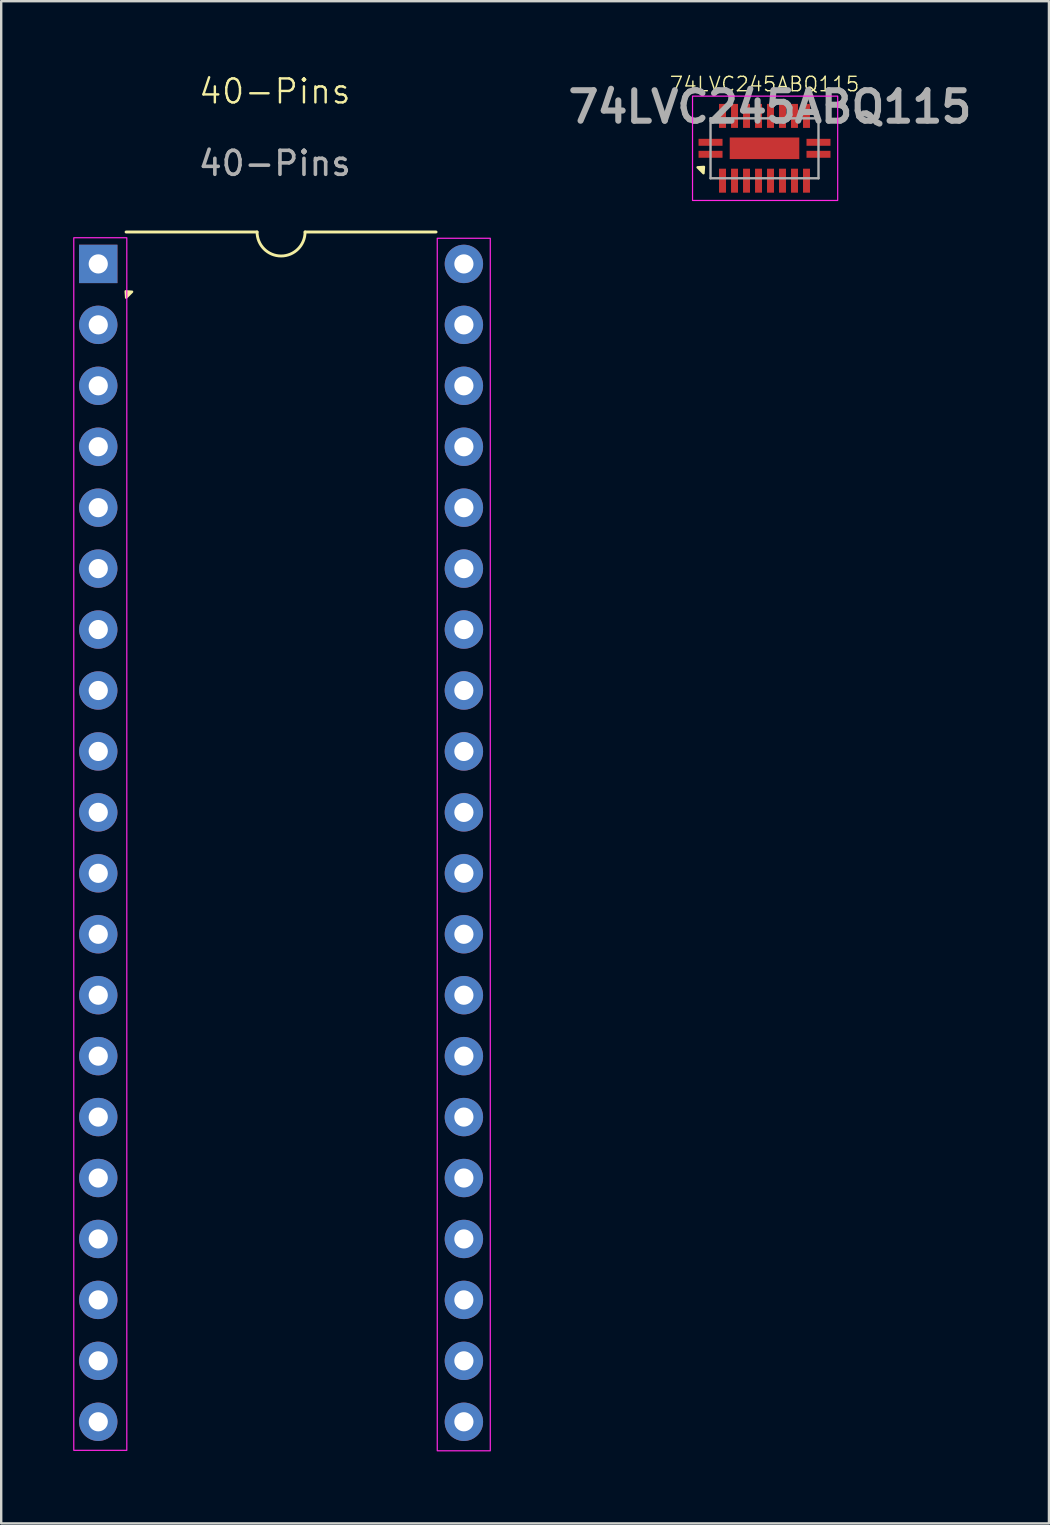
<source format=kicad_pcb>
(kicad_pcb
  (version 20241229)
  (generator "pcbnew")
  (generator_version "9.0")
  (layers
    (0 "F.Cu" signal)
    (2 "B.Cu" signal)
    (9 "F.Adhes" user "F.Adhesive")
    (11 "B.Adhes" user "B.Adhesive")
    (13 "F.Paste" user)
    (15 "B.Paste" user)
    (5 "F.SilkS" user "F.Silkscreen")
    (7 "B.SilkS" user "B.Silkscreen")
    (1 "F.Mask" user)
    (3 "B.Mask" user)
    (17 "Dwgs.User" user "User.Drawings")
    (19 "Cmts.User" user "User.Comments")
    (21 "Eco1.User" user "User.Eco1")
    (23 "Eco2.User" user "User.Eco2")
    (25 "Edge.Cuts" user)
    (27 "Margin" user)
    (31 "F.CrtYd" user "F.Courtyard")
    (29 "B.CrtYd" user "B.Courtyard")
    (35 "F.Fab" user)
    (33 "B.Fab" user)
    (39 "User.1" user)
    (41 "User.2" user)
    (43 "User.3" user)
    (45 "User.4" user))
  (footprint "74LVC245ABQ115"
    (layer "F.Cu")
    (at 28.815 3.131)
    (property "Reference" "74LVC245ABQ115" (at 0 -2.675 0) (layer "F.SilkS") (effects (font (size 0.6 0.6) (thickness 0.06))))
    (attr smd)
    (fp_poly (pts (xy -2.525 0.775) (xy -2.79 0.793) (xy -2.543 1.04)) (stroke (width 0.1) (type solid)) (fill yes) (layer "F.SilkS"))
    (fp_rect (start -3 -2.175) (end 3.05 2.175) (stroke (width 0.05) (type default)) (fill no) (layer "F.CrtYd"))
    (fp_line (start -2.25 -1.25) (end -2.25 1.25) (stroke (width 0.1) (type solid)) (layer "F.Fab"))
    (fp_line (start -2.25 1.25) (end 2.25 1.25) (stroke (width 0.1) (type solid)) (layer "F.Fab"))
    (fp_line (start 2.25 -1.25) (end -2.25 -1.25) (stroke (width 0.1) (type solid)) (layer "F.Fab"))
    (fp_line (start 2.25 1.25) (end 2.25 -1.25) (stroke (width 0.1) (type solid)) (layer "F.Fab"))
    (fp_text user "${REFERENCE}" (at 0.225 -1.725 0) (layer "F.Fab") (effects (font (size 1.27 1.27) (thickness 0.254))))
    (pad "1" smd rect (at -2.25 0.25 90) (size 0.29 1) (layers "F.Cu" "F.Mask" "F.Paste"))
    (pad "2" smd rect (at -1.75 1.35) (size 0.29 1) (layers "F.Cu" "F.Mask" "F.Paste"))
    (pad "3" smd rect (at -1.25 1.35) (size 0.29 1) (layers "F.Cu" "F.Mask" "F.Paste"))
    (pad "4" smd rect (at -0.75 1.35) (size 0.29 1) (layers "F.Cu" "F.Mask" "F.Paste"))
    (pad "5" smd rect (at -0.25 1.35) (size 0.29 1) (layers "F.Cu" "F.Mask" "F.Paste"))
    (pad "6" smd rect (at 0.25 1.35) (size 0.29 1) (layers "F.Cu" "F.Mask" "F.Paste"))
    (pad "7" smd rect (at 0.75 1.35) (size 0.29 1) (layers "F.Cu" "F.Mask" "F.Paste"))
    (pad "8" smd rect (at 1.25 1.35) (size 0.29 1) (layers "F.Cu" "F.Mask" "F.Paste"))
    (pad "9" smd rect (at 1.75 1.35) (size 0.29 1) (layers "F.Cu" "F.Mask" "F.Paste"))
    (pad "10" smd rect (at 2.25 0.25 90) (size 0.29 1) (layers "F.Cu" "F.Mask" "F.Paste"))
    (pad "11" smd rect (at 2.25 -0.25 90) (size 0.29 1) (layers "F.Cu" "F.Mask" "F.Paste"))
    (pad "12" smd rect (at 1.75 -1.35) (size 0.29 1) (layers "F.Cu" "F.Mask" "F.Paste"))
    (pad "13" smd rect (at 1.25 -1.35) (size 0.29 1) (layers "F.Cu" "F.Mask" "F.Paste"))
    (pad "14" smd rect (at 0.75 -1.35) (size 0.29 1) (layers "F.Cu" "F.Mask" "F.Paste"))
    (pad "15" smd rect (at 0.25 -1.35) (size 0.29 1) (layers "F.Cu" "F.Mask" "F.Paste"))
    (pad "16" smd rect (at -0.25 -1.35) (size 0.29 1) (layers "F.Cu" "F.Mask" "F.Paste"))
    (pad "17" smd rect (at -0.75 -1.35) (size 0.29 1) (layers "F.Cu" "F.Mask" "F.Paste"))
    (pad "18" smd rect (at -1.25 -1.35) (size 0.29 1) (layers "F.Cu" "F.Mask" "F.Paste"))
    (pad "19" smd rect (at -1.75 -1.35) (size 0.29 1) (layers "F.Cu" "F.Mask" "F.Paste"))
    (pad "20" smd rect (at -2.25 -0.25 90) (size 0.29 1) (layers "F.Cu" "F.Mask" "F.Paste"))
    (pad "21" smd rect (at 0 0 90) (size 0.9 2.9) (layers "F.Cu" "F.Mask" "F.Paste")))
  (footprint "40-Pins"
    (layer "F.Cu")
    (at 8.405 1.26)
    (property "Reference" "40-Pins" (at 0 -0.5 0) (unlocked yes) (layer "F.SilkS") (effects (font (size 1 1) (thickness 0.1))))
    (attr smd)
    (fp_line (start -0.74 5.36) (end -6.2 5.36) (stroke (width 0.12) (type solid)) (layer "F.SilkS"))
    (fp_line (start 6.72 5.36) (end 1.26 5.36) (stroke (width 0.12) (type solid)) (layer "F.SilkS"))
    (fp_arc (start 1.26 5.36) (mid 0.26 6.36) (end -0.74 5.36) (stroke (width 0.12) (type solid)) (layer "F.SilkS"))
    (fp_poly (pts (xy -6.215 7.832) (xy -6.197 8.097) (xy -5.95 7.85)) (stroke (width 0.1) (type solid)) (fill yes) (layer "F.SilkS"))
    (fp_rect (start -8.38 5.6) (end -6.17 56.14) (stroke (width 0.05) (type default)) (fill no) (layer "F.CrtYd"))
    (fp_rect (start 6.77 5.62) (end 8.98 56.16) (stroke (width 0.05) (type default)) (fill no) (layer "F.CrtYd"))
    (fp_text user "${REFERENCE}" (at 0 2.5 0) (unlocked yes) (layer "F.Fab") (effects (font (size 1 1) (thickness 0.15))))
    (pad "1" thru_hole rect (at -7.36 6.69) (size 1.6 1.6) (drill 0.8) (layers "*.Cu" "*.Mask"))
    (pad "2" thru_hole oval (at -7.36 9.23) (size 1.6 1.6) (drill 0.8) (layers "*.Cu" "*.Mask"))
    (pad "3" thru_hole oval (at -7.36 11.77) (size 1.6 1.6) (drill 0.8) (layers "*.Cu" "*.Mask"))
    (pad "4" thru_hole oval (at -7.36 14.31) (size 1.6 1.6) (drill 0.8) (layers "*.Cu" "*.Mask"))
    (pad "5" thru_hole oval (at -7.36 16.85) (size 1.6 1.6) (drill 0.8) (layers "*.Cu" "*.Mask"))
    (pad "6" thru_hole oval (at -7.36 19.39) (size 1.6 1.6) (drill 0.8) (layers "*.Cu" "*.Mask"))
    (pad "7" thru_hole oval (at -7.36 21.93) (size 1.6 1.6) (drill 0.8) (layers "*.Cu" "*.Mask"))
    (pad "8" thru_hole oval (at -7.36 24.47) (size 1.6 1.6) (drill 0.8) (layers "*.Cu" "*.Mask"))
    (pad "9" thru_hole oval (at -7.36 27.01) (size 1.6 1.6) (drill 0.8) (layers "*.Cu" "*.Mask"))
    (pad "10" thru_hole oval (at -7.36 29.55) (size 1.6 1.6) (drill 0.8) (layers "*.Cu" "*.Mask"))
    (pad "11" thru_hole oval (at -7.36 32.09) (size 1.6 1.6) (drill 0.8) (layers "*.Cu" "*.Mask"))
    (pad "12" thru_hole oval (at -7.36 34.63) (size 1.6 1.6) (drill 0.8) (layers "*.Cu" "*.Mask"))
    (pad "13" thru_hole oval (at -7.36 37.17) (size 1.6 1.6) (drill 0.8) (layers "*.Cu" "*.Mask"))
    (pad "14" thru_hole oval (at -7.36 39.71) (size 1.6 1.6) (drill 0.8) (layers "*.Cu" "*.Mask"))
    (pad "15" thru_hole oval (at -7.36 42.25) (size 1.6 1.6) (drill 0.8) (layers "*.Cu" "*.Mask"))
    (pad "16" thru_hole oval (at -7.36 44.79) (size 1.6 1.6) (drill 0.8) (layers "*.Cu" "*.Mask"))
    (pad "17" thru_hole oval (at -7.36 47.33) (size 1.6 1.6) (drill 0.8) (layers "*.Cu" "*.Mask"))
    (pad "18" thru_hole oval (at -7.36 49.87) (size 1.6 1.6) (drill 0.8) (layers "*.Cu" "*.Mask"))
    (pad "19" thru_hole oval (at -7.36 52.41) (size 1.6 1.6) (drill 0.8) (layers "*.Cu" "*.Mask"))
    (pad "20" thru_hole oval (at -7.36 54.95) (size 1.6 1.6) (drill 0.8) (layers "*.Cu" "*.Mask"))
    (pad "21" thru_hole oval (at 7.88 54.95) (size 1.6 1.6) (drill 0.8) (layers "*.Cu" "*.Mask"))
    (pad "22" thru_hole oval (at 7.88 52.41) (size 1.6 1.6) (drill 0.8) (layers "*.Cu" "*.Mask"))
    (pad "23" thru_hole oval (at 7.88 49.87) (size 1.6 1.6) (drill 0.8) (layers "*.Cu" "*.Mask"))
    (pad "24" thru_hole oval (at 7.88 47.33) (size 1.6 1.6) (drill 0.8) (layers "*.Cu" "*.Mask"))
    (pad "25" thru_hole oval (at 7.88 44.79) (size 1.6 1.6) (drill 0.8) (layers "*.Cu" "*.Mask"))
    (pad "26" thru_hole oval (at 7.88 42.25) (size 1.6 1.6) (drill 0.8) (layers "*.Cu" "*.Mask"))
    (pad "27" thru_hole oval (at 7.88 39.71) (size 1.6 1.6) (drill 0.8) (layers "*.Cu" "*.Mask"))
    (pad "28" thru_hole oval (at 7.88 37.17) (size 1.6 1.6) (drill 0.8) (layers "*.Cu" "*.Mask"))
    (pad "29" thru_hole oval (at 7.88 34.63) (size 1.6 1.6) (drill 0.8) (layers "*.Cu" "*.Mask"))
    (pad "30" thru_hole oval (at 7.88 32.09) (size 1.6 1.6) (drill 0.8) (layers "*.Cu" "*.Mask"))
    (pad "31" thru_hole oval (at 7.88 29.55) (size 1.6 1.6) (drill 0.8) (layers "*.Cu" "*.Mask"))
    (pad "32" thru_hole oval (at 7.88 27.01) (size 1.6 1.6) (drill 0.8) (layers "*.Cu" "*.Mask"))
    (pad "33" thru_hole oval (at 7.88 24.47) (size 1.6 1.6) (drill 0.8) (layers "*.Cu" "*.Mask"))
    (pad "34" thru_hole oval (at 7.88 21.93) (size 1.6 1.6) (drill 0.8) (layers "*.Cu" "*.Mask"))
    (pad "35" thru_hole oval (at 7.88 19.39) (size 1.6 1.6) (drill 0.8) (layers "*.Cu" "*.Mask"))
    (pad "36" thru_hole oval (at 7.88 16.85) (size 1.6 1.6) (drill 0.8) (layers "*.Cu" "*.Mask"))
    (pad "37" thru_hole oval (at 7.88 14.31) (size 1.6 1.6) (drill 0.8) (layers "*.Cu" "*.Mask"))
    (pad "38" thru_hole oval (at 7.88 11.77) (size 1.6 1.6) (drill 0.8) (layers "*.Cu" "*.Mask"))
    (pad "39" thru_hole oval (at 7.88 9.23) (size 1.6 1.6) (drill 0.8) (layers "*.Cu" "*.Mask"))
    (pad "40" thru_hole oval (at 7.88 6.69) (size 1.6 1.6) (drill 0.8) (layers "*.Cu" "*.Mask")))
  (gr_rect
    (start -3 -3)
    (end 40.67 60.446)
    (stroke (width 0.1) (type default))
    (fill no)
    (layer "Edge.Cuts")))
</source>
